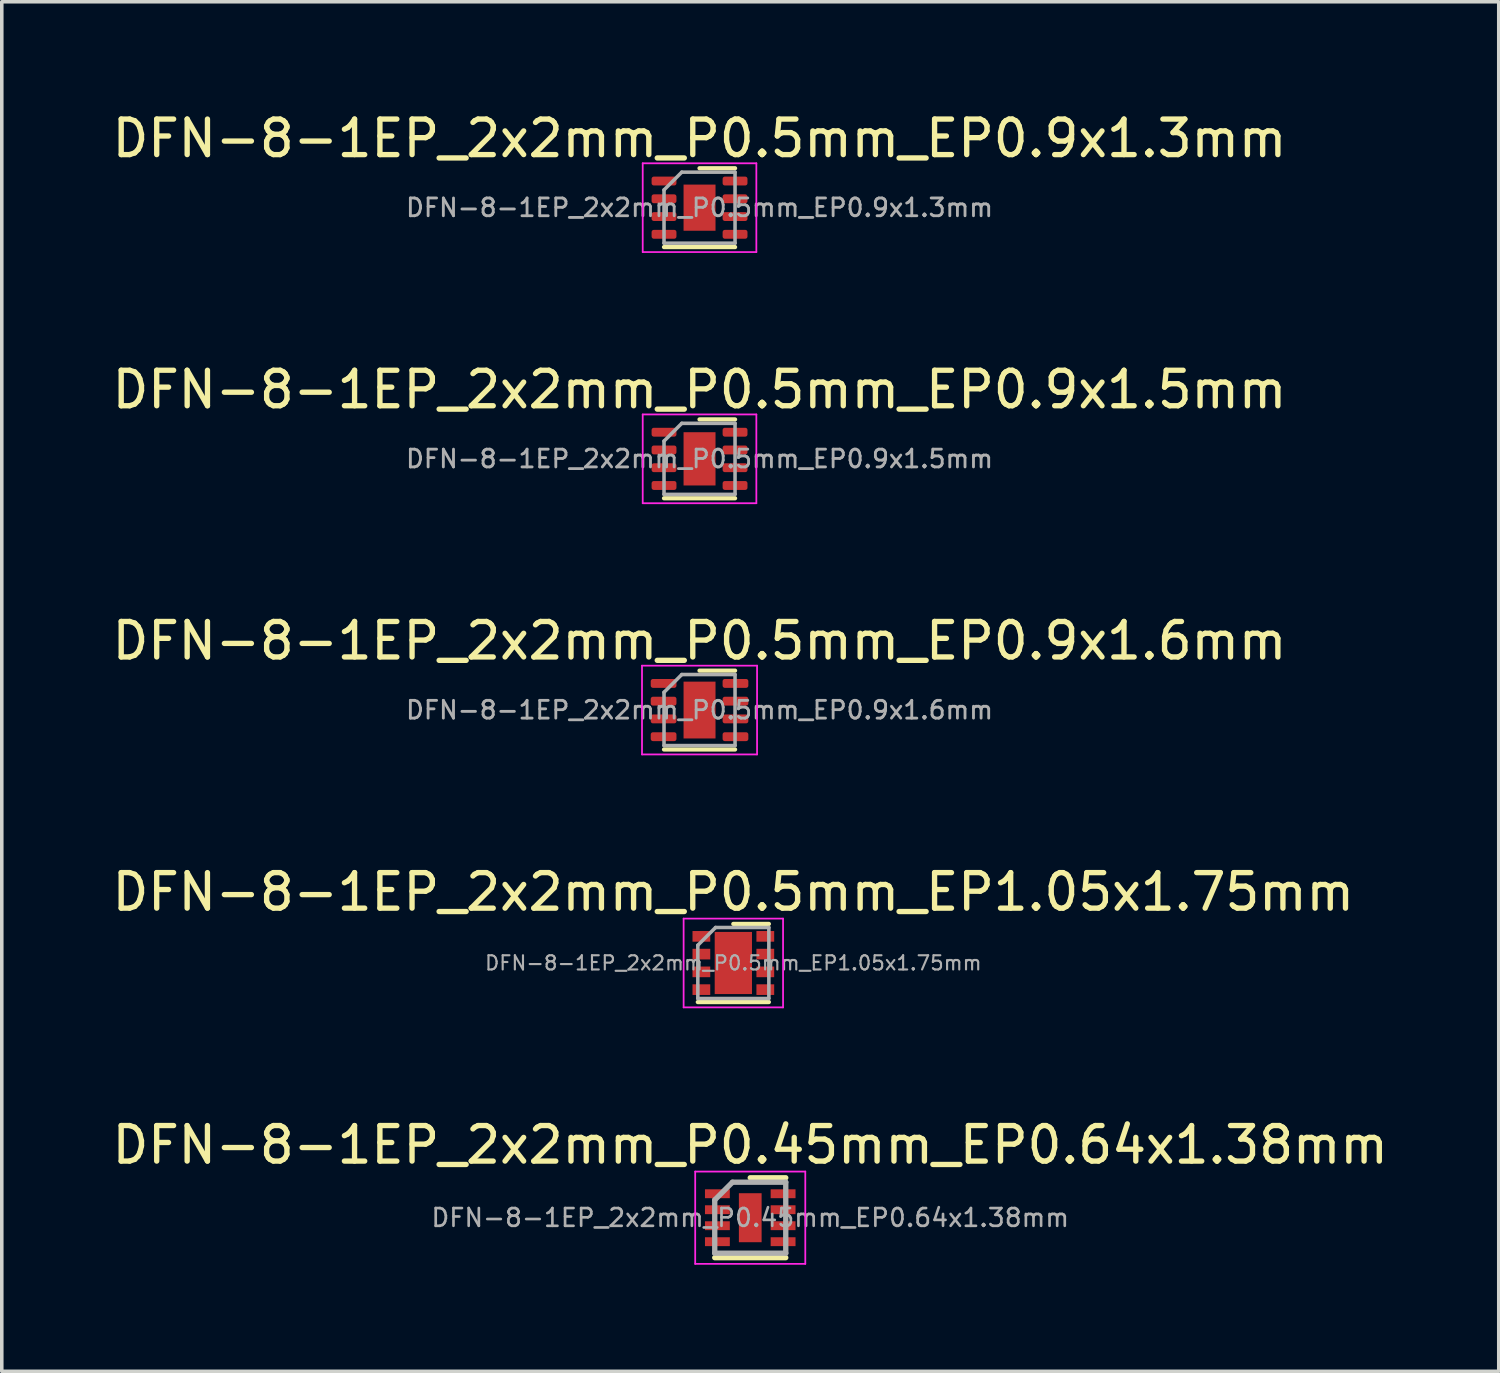
<source format=kicad_pcb>
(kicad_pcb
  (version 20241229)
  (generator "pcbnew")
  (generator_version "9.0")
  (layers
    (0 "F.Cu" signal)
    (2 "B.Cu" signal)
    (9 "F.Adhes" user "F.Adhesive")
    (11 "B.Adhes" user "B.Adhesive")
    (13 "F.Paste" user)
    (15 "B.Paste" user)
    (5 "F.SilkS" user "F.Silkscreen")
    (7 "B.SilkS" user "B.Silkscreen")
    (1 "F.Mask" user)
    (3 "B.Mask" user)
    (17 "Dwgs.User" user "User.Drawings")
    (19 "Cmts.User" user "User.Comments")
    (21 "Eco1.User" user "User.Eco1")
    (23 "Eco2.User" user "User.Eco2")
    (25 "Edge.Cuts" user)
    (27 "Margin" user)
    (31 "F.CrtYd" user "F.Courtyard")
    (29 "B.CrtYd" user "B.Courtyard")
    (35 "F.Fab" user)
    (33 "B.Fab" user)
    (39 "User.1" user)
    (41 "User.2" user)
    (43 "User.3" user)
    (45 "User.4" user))
  (footprint "DFN-8-1EP_2x2mm_P0.5mm_EP1.05x1.75mm"
    (layer "F.Cu")
    (at 17.601 24.068)
    (property "Reference" "DFN-8-1EP_2x2mm_P0.5mm_EP1.05x1.75mm" (at 0 -2 0) (layer "F.SilkS") (effects (font (size 1 1) (thickness 0.15))))
    (attr smd)
    (fp_line (start -1 1.1) (end 1 1.1) (stroke (width 0.12) (type solid)) (layer "F.SilkS"))
    (fp_line (start 0 -1.1) (end 1 -1.1) (stroke (width 0.12) (type solid)) (layer "F.SilkS"))
    (fp_line (start -1.4 -1.25) (end -1.4 1.25) (stroke (width 0.05) (type solid)) (layer "F.CrtYd"))
    (fp_line (start -1.4 -1.25) (end 1.4 -1.25) (stroke (width 0.05) (type solid)) (layer "F.CrtYd"))
    (fp_line (start -1.4 1.25) (end 1.4 1.25) (stroke (width 0.05) (type solid)) (layer "F.CrtYd"))
    (fp_line (start 1.4 -1.25) (end 1.4 1.25) (stroke (width 0.05) (type solid)) (layer "F.CrtYd"))
    (fp_line (start -1 -0.5) (end -0.5 -1) (stroke (width 0.1) (type solid)) (layer "F.Fab"))
    (fp_line (start -1 1) (end -1 -0.5) (stroke (width 0.1) (type solid)) (layer "F.Fab"))
    (fp_line (start -0.5 -1) (end 1 -1) (stroke (width 0.1) (type solid)) (layer "F.Fab"))
    (fp_line (start 1 -1) (end 1 1) (stroke (width 0.1) (type solid)) (layer "F.Fab"))
    (fp_line (start 1 1) (end -1 1) (stroke (width 0.1) (type solid)) (layer "F.Fab"))
    (fp_text user "${REFERENCE}" (at 0 0 0) (layer "F.Fab") (effects (font (size 0.4 0.4) (thickness 0.06))))
    (pad "" smd rect (at 0 -0.438) (size 0.85 0.65) (layers "F.Paste"))
    (pad "" smd rect (at 0 0.438) (size 0.85 0.65) (layers "F.Paste"))
    (pad "1" smd rect (at -0.9 -0.75) (size 0.5 0.3) (layers "F.Cu" "F.Mask" "F.Paste"))
    (pad "2" smd rect (at -0.9 -0.25) (size 0.5 0.3) (layers "F.Cu" "F.Mask" "F.Paste"))
    (pad "3" smd rect (at -0.9 0.25) (size 0.5 0.3) (layers "F.Cu" "F.Mask" "F.Paste"))
    (pad "4" smd rect (at -0.9 0.75) (size 0.5 0.3) (layers "F.Cu" "F.Mask" "F.Paste"))
    (pad "5" smd rect (at 0.9 0.75) (size 0.5 0.3) (layers "F.Cu" "F.Mask" "F.Paste"))
    (pad "6" smd rect (at 0.9 0.25) (size 0.5 0.3) (layers "F.Cu" "F.Mask" "F.Paste"))
    (pad "7" smd rect (at 0.9 -0.25) (size 0.5 0.3) (layers "F.Cu" "F.Mask" "F.Paste"))
    (pad "8" smd rect (at 0.9 -0.75) (size 0.5 0.3) (layers "F.Cu" "F.Mask" "F.Paste"))
    (pad "9" smd rect (at 0 0) (size 1.05 1.75) (layers "F.Cu" "F.Mask")))
  (footprint "DFN-8-1EP_2x2mm_P0.45mm_EP0.64x1.38mm"
    (layer "F.Cu")
    (at 18.077 31.241)
    (property "Reference" "DFN-8-1EP_2x2mm_P0.45mm_EP0.64x1.38mm" (at 0 -2.05 0) (layer "F.SilkS") (effects (font (size 1 1) (thickness 0.15))))
    (attr smd)
    (fp_line (start -1 1.125) (end 1 1.125) (stroke (width 0.15) (type solid)) (layer "F.SilkS"))
    (fp_line (start 0 -1.125) (end 1 -1.125) (stroke (width 0.15) (type solid)) (layer "F.SilkS"))
    (fp_line (start -1.55 -1.3) (end -1.55 1.3) (stroke (width 0.05) (type solid)) (layer "F.CrtYd"))
    (fp_line (start -1.55 -1.3) (end 1.55 -1.3) (stroke (width 0.05) (type solid)) (layer "F.CrtYd"))
    (fp_line (start -1.55 1.3) (end 1.55 1.3) (stroke (width 0.05) (type solid)) (layer "F.CrtYd"))
    (fp_line (start 1.55 -1.3) (end 1.55 1.3) (stroke (width 0.05) (type solid)) (layer "F.CrtYd"))
    (fp_line (start -1 -0.5) (end -0.5 -1) (stroke (width 0.15) (type solid)) (layer "F.Fab"))
    (fp_line (start -1 1) (end -1 -0.5) (stroke (width 0.15) (type solid)) (layer "F.Fab"))
    (fp_line (start -0.5 -1) (end 1 -1) (stroke (width 0.15) (type solid)) (layer "F.Fab"))
    (fp_line (start 1 -1) (end 1 1) (stroke (width 0.15) (type solid)) (layer "F.Fab"))
    (fp_line (start 1 1) (end -1 1) (stroke (width 0.15) (type solid)) (layer "F.Fab"))
    (fp_text user "${REFERENCE}" (at 0 0 0) (layer "F.Fab") (effects (font (size 0.5 0.5) (thickness 0.075))))
    (pad "" smd rect (at 0 -0.345) (size 0.53 0.54) (layers "F.Paste"))
    (pad "" smd rect (at 0 0.345) (size 0.53 0.54) (layers "F.Paste"))
    (pad "1" smd rect (at -0.925 -0.675) (size 0.7 0.25) (layers "F.Cu" "F.Mask" "F.Paste"))
    (pad "2" smd rect (at -0.925 -0.225) (size 0.7 0.25) (layers "F.Cu" "F.Mask" "F.Paste"))
    (pad "3" smd rect (at -0.925 0.225) (size 0.7 0.25) (layers "F.Cu" "F.Mask" "F.Paste"))
    (pad "4" smd rect (at -0.925 0.675) (size 0.7 0.25) (layers "F.Cu" "F.Mask" "F.Paste"))
    (pad "5" smd rect (at 0.925 0.675) (size 0.7 0.25) (layers "F.Cu" "F.Mask" "F.Paste"))
    (pad "6" smd rect (at 0.925 0.225) (size 0.7 0.25) (layers "F.Cu" "F.Mask" "F.Paste"))
    (pad "7" smd rect (at 0.925 -0.225) (size 0.7 0.25) (layers "F.Cu" "F.Mask" "F.Paste"))
    (pad "8" smd rect (at 0.925 -0.675) (size 0.7 0.25) (layers "F.Cu" "F.Mask" "F.Paste"))
    (pad "9" smd rect (at 0 0) (size 0.64 1.38) (layers "F.Cu" "F.Mask")))
  (footprint "DFN-8-1EP_2x2mm_P0.5mm_EP0.9x1.5mm"
    (layer "F.Cu")
    (at 16.649 9.871)
    (property "Reference" "DFN-8-1EP_2x2mm_P0.5mm_EP0.9x1.5mm" (at 0 -1.95 0) (layer "F.SilkS") (effects (font (size 1 1) (thickness 0.15))))
    (attr smd)
    (fp_line (start -1 1.11) (end 1 1.11) (stroke (width 0.12) (type solid)) (layer "F.SilkS"))
    (fp_line (start 0 -1.11) (end 1 -1.11) (stroke (width 0.12) (type solid)) (layer "F.SilkS"))
    (fp_line (start -1.6 -1.25) (end -1.6 1.25) (stroke (width 0.05) (type solid)) (layer "F.CrtYd"))
    (fp_line (start -1.6 1.25) (end 1.6 1.25) (stroke (width 0.05) (type solid)) (layer "F.CrtYd"))
    (fp_line (start 1.6 -1.25) (end -1.6 -1.25) (stroke (width 0.05) (type solid)) (layer "F.CrtYd"))
    (fp_line (start 1.6 1.25) (end 1.6 -1.25) (stroke (width 0.05) (type solid)) (layer "F.CrtYd"))
    (fp_line (start -1 -0.5) (end -0.5 -1) (stroke (width 0.1) (type solid)) (layer "F.Fab"))
    (fp_line (start -1 1) (end -1 -0.5) (stroke (width 0.1) (type solid)) (layer "F.Fab"))
    (fp_line (start -0.5 -1) (end 1 -1) (stroke (width 0.1) (type solid)) (layer "F.Fab"))
    (fp_line (start 1 -1) (end 1 1) (stroke (width 0.1) (type solid)) (layer "F.Fab"))
    (fp_line (start 1 1) (end -1 1) (stroke (width 0.1) (type solid)) (layer "F.Fab"))
    (fp_text user "${REFERENCE}" (at 0 0 0) (layer "F.Fab") (effects (font (size 0.5 0.5) (thickness 0.08))))
    (pad "" smd roundrect (at -0.225 -0.375) (size 0.36 0.6) (layers "F.Paste") (roundrect_rratio 0.25))
    (pad "" smd roundrect (at -0.225 0.375) (size 0.36 0.6) (layers "F.Paste") (roundrect_rratio 0.25))
    (pad "" smd roundrect (at 0.225 -0.375) (size 0.36 0.6) (layers "F.Paste") (roundrect_rratio 0.25))
    (pad "" smd roundrect (at 0.225 0.375) (size 0.36 0.6) (layers "F.Paste") (roundrect_rratio 0.25))
    (pad "1" smd roundrect (at -1 -0.75) (size 0.7 0.25) (layers "F.Cu" "F.Mask" "F.Paste") (roundrect_rratio 0.25))
    (pad "2" smd roundrect (at -1 -0.25) (size 0.7 0.25) (layers "F.Cu" "F.Mask" "F.Paste") (roundrect_rratio 0.25))
    (pad "3" smd roundrect (at -1 0.25) (size 0.7 0.25) (layers "F.Cu" "F.Mask" "F.Paste") (roundrect_rratio 0.25))
    (pad "4" smd roundrect (at -1 0.75) (size 0.7 0.25) (layers "F.Cu" "F.Mask" "F.Paste") (roundrect_rratio 0.25))
    (pad "5" smd roundrect (at 1 0.75) (size 0.7 0.25) (layers "F.Cu" "F.Mask" "F.Paste") (roundrect_rratio 0.25))
    (pad "6" smd roundrect (at 1 0.25) (size 0.7 0.25) (layers "F.Cu" "F.Mask" "F.Paste") (roundrect_rratio 0.25))
    (pad "7" smd roundrect (at 1 -0.25) (size 0.7 0.25) (layers "F.Cu" "F.Mask" "F.Paste") (roundrect_rratio 0.25))
    (pad "8" smd roundrect (at 1 -0.75) (size 0.7 0.25) (layers "F.Cu" "F.Mask" "F.Paste") (roundrect_rratio 0.25))
    (pad "9" smd rect (at 0 0) (size 0.9 1.5) (layers "F.Cu" "F.Mask")))
  (footprint "DFN-8-1EP_2x2mm_P0.5mm_EP0.9x1.3mm"
    (layer "F.Cu")
    (at 16.649 2.798)
    (property "Reference" "DFN-8-1EP_2x2mm_P0.5mm_EP0.9x1.3mm" (at 0 -1.95 0) (layer "F.SilkS") (effects (font (size 1 1) (thickness 0.15))))
    (attr smd)
    (fp_line (start -1 1.11) (end 1 1.11) (stroke (width 0.12) (type solid)) (layer "F.SilkS"))
    (fp_line (start 0 -1.11) (end 1 -1.11) (stroke (width 0.12) (type solid)) (layer "F.SilkS"))
    (fp_line (start -1.6 -1.25) (end -1.6 1.25) (stroke (width 0.05) (type solid)) (layer "F.CrtYd"))
    (fp_line (start -1.6 1.25) (end 1.6 1.25) (stroke (width 0.05) (type solid)) (layer "F.CrtYd"))
    (fp_line (start 1.6 -1.25) (end -1.6 -1.25) (stroke (width 0.05) (type solid)) (layer "F.CrtYd"))
    (fp_line (start 1.6 1.25) (end 1.6 -1.25) (stroke (width 0.05) (type solid)) (layer "F.CrtYd"))
    (fp_line (start -1 -0.5) (end -0.5 -1) (stroke (width 0.1) (type solid)) (layer "F.Fab"))
    (fp_line (start -1 1) (end -1 -0.5) (stroke (width 0.1) (type solid)) (layer "F.Fab"))
    (fp_line (start -0.5 -1) (end 1 -1) (stroke (width 0.1) (type solid)) (layer "F.Fab"))
    (fp_line (start 1 -1) (end 1 1) (stroke (width 0.1) (type solid)) (layer "F.Fab"))
    (fp_line (start 1 1) (end -1 1) (stroke (width 0.1) (type solid)) (layer "F.Fab"))
    (fp_text user "${REFERENCE}" (at 0 0 0) (layer "F.Fab") (effects (font (size 0.5 0.5) (thickness 0.08))))
    (pad "" smd roundrect (at -0.225 -0.325) (size 0.36 0.52) (layers "F.Paste") (roundrect_rratio 0.25))
    (pad "" smd roundrect (at -0.225 0.325) (size 0.36 0.52) (layers "F.Paste") (roundrect_rratio 0.25))
    (pad "" smd roundrect (at 0.225 -0.325) (size 0.36 0.52) (layers "F.Paste") (roundrect_rratio 0.25))
    (pad "" smd roundrect (at 0.225 0.325) (size 0.36 0.52) (layers "F.Paste") (roundrect_rratio 0.25))
    (pad "1" smd roundrect (at -1 -0.75) (size 0.7 0.25) (layers "F.Cu" "F.Mask" "F.Paste") (roundrect_rratio 0.25))
    (pad "2" smd roundrect (at -1 -0.25) (size 0.7 0.25) (layers "F.Cu" "F.Mask" "F.Paste") (roundrect_rratio 0.25))
    (pad "3" smd roundrect (at -1 0.25) (size 0.7 0.25) (layers "F.Cu" "F.Mask" "F.Paste") (roundrect_rratio 0.25))
    (pad "4" smd roundrect (at -1 0.75) (size 0.7 0.25) (layers "F.Cu" "F.Mask" "F.Paste") (roundrect_rratio 0.25))
    (pad "5" smd roundrect (at 1 0.75) (size 0.7 0.25) (layers "F.Cu" "F.Mask" "F.Paste") (roundrect_rratio 0.25))
    (pad "6" smd roundrect (at 1 0.25) (size 0.7 0.25) (layers "F.Cu" "F.Mask" "F.Paste") (roundrect_rratio 0.25))
    (pad "7" smd roundrect (at 1 -0.25) (size 0.7 0.25) (layers "F.Cu" "F.Mask" "F.Paste") (roundrect_rratio 0.25))
    (pad "8" smd roundrect (at 1 -0.75) (size 0.7 0.25) (layers "F.Cu" "F.Mask" "F.Paste") (roundrect_rratio 0.25))
    (pad "9" smd rect (at 0 0) (size 0.9 1.3) (layers "F.Cu" "F.Mask")))
  (footprint "DFN-8-1EP_2x2mm_P0.5mm_EP0.9x1.6mm"
    (layer "F.Cu")
    (at 16.649 16.945)
    (property "Reference" "DFN-8-1EP_2x2mm_P0.5mm_EP0.9x1.6mm" (at 0 -1.95 0) (layer "F.SilkS") (effects (font (size 1 1) (thickness 0.15))))
    (attr smd)
    (fp_line (start -1 1.11) (end 1 1.11) (stroke (width 0.12) (type solid)) (layer "F.SilkS"))
    (fp_line (start 0 -1.11) (end 1 -1.11) (stroke (width 0.12) (type solid)) (layer "F.SilkS"))
    (fp_line (start -1.62 -1.25) (end -1.62 1.25) (stroke (width 0.05) (type solid)) (layer "F.CrtYd"))
    (fp_line (start -1.62 1.25) (end 1.62 1.25) (stroke (width 0.05) (type solid)) (layer "F.CrtYd"))
    (fp_line (start 1.62 -1.25) (end -1.62 -1.25) (stroke (width 0.05) (type solid)) (layer "F.CrtYd"))
    (fp_line (start 1.62 1.25) (end 1.62 -1.25) (stroke (width 0.05) (type solid)) (layer "F.CrtYd"))
    (fp_line (start -1 -0.5) (end -0.5 -1) (stroke (width 0.1) (type solid)) (layer "F.Fab"))
    (fp_line (start -1 1) (end -1 -0.5) (stroke (width 0.1) (type solid)) (layer "F.Fab"))
    (fp_line (start -0.5 -1) (end 1 -1) (stroke (width 0.1) (type solid)) (layer "F.Fab"))
    (fp_line (start 1 -1) (end 1 1) (stroke (width 0.1) (type solid)) (layer "F.Fab"))
    (fp_line (start 1 1) (end -1 1) (stroke (width 0.1) (type solid)) (layer "F.Fab"))
    (fp_text user "${REFERENCE}" (at 0 0 0) (layer "F.Fab") (effects (font (size 0.5 0.5) (thickness 0.08))))
    (pad "" smd roundrect (at 0 0) (size 0.73 1.29) (layers "F.Paste") (roundrect_rratio 0.25))
    (pad "1" smd roundrect (at -1.012 -0.75) (size 0.725 0.25) (layers "F.Cu" "F.Mask" "F.Paste") (roundrect_rratio 0.25))
    (pad "2" smd roundrect (at -1.012 -0.25) (size 0.725 0.25) (layers "F.Cu" "F.Mask" "F.Paste") (roundrect_rratio 0.25))
    (pad "3" smd roundrect (at -1.012 0.25) (size 0.725 0.25) (layers "F.Cu" "F.Mask" "F.Paste") (roundrect_rratio 0.25))
    (pad "4" smd roundrect (at -1.012 0.75) (size 0.725 0.25) (layers "F.Cu" "F.Mask" "F.Paste") (roundrect_rratio 0.25))
    (pad "5" smd roundrect (at 1.012 0.75) (size 0.725 0.25) (layers "F.Cu" "F.Mask" "F.Paste") (roundrect_rratio 0.25))
    (pad "6" smd roundrect (at 1.012 0.25) (size 0.725 0.25) (layers "F.Cu" "F.Mask" "F.Paste") (roundrect_rratio 0.25))
    (pad "7" smd roundrect (at 1.012 -0.25) (size 0.725 0.25) (layers "F.Cu" "F.Mask" "F.Paste") (roundrect_rratio 0.25))
    (pad "8" smd roundrect (at 1.012 -0.75) (size 0.725 0.25) (layers "F.Cu" "F.Mask" "F.Paste") (roundrect_rratio 0.25))
    (pad "9" smd rect (at 0 0) (size 0.9 1.6) (layers "F.Cu" "F.Mask")))
  (gr_rect
    (start -3 -3)
    (end 39.155 35.566)
    (stroke (width 0.1) (type default))
    (fill no)
    (layer "Edge.Cuts")))
</source>
